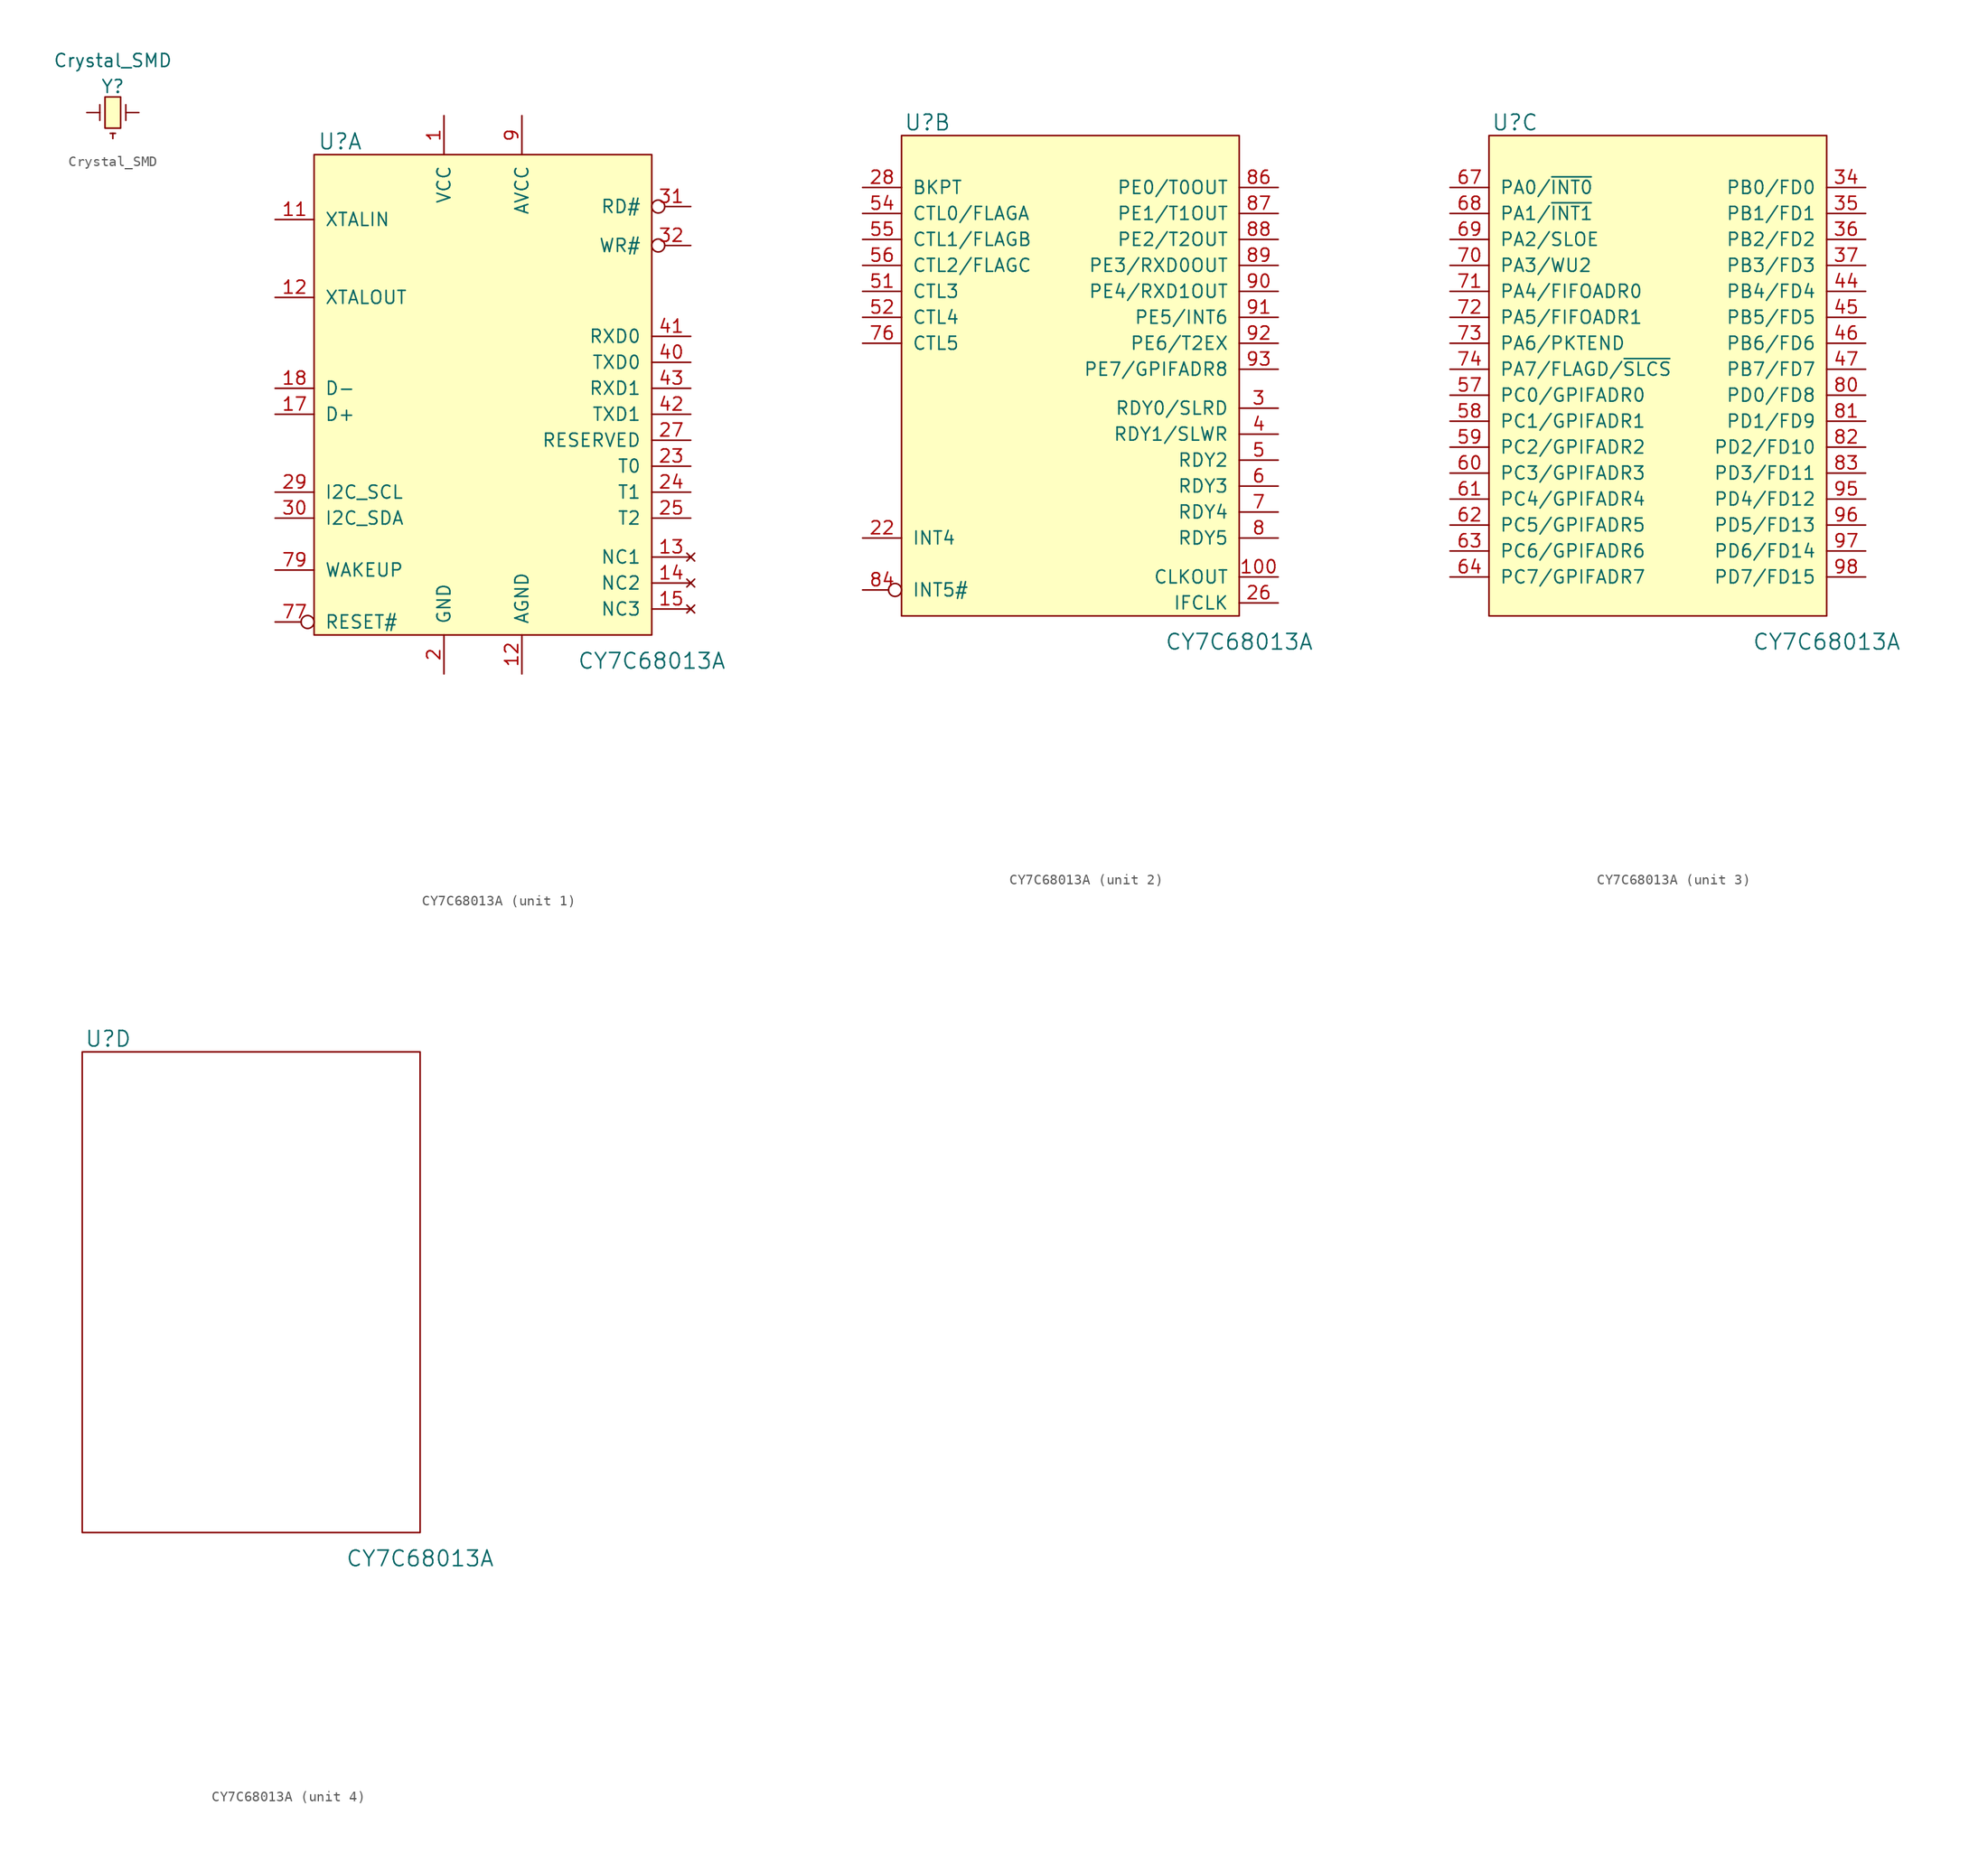
<source format=kicad_sym>
(kicad_symbol_lib
  (version 20231120)
  (generator "kicad_symbol_editor")
  (generator_version "8.0")
  (symbol "Crystal_SMD"
    (pin_numbers hide)
    (pin_names
      (offset 1.016) hide)
    (property "Reference" "Y"
      (at 0 2.54 0)
      (effects (font (size 1.27 1.27))))
    (property "Value" "Crystal_SMD"
      (at 0 5.08 0)
      (effects (font (size 1.27 1.27))))
    (property "Footprint" ""
      (at 0 0 0)
      (effects (font (size 1.27 1.27))))
    (property "Datasheet" ""
      (at 0 0 0)
      (effects (font (size 1.27 1.27))))
    (symbol "Crystal_SMD_0_1"
      (rectangle (start -0.762 -1.524) (end 0.762 1.524) (stroke (width 0) (type default)) (fill (type background)))
      (polyline (pts (xy -1.27 -0.762) (xy -1.27 0.762)) (stroke (width 0) (type default)) (fill (type none)))
      (polyline (pts (xy -0.254 -2.032) (xy 0.254 -2.032)) (stroke (width 0) (type default)) (fill (type none)))
      (polyline (pts (xy 1.27 -0.762) (xy 1.27 0.762)) (stroke (width 0) (type default)) (fill (type none))))
    (symbol "Crystal_SMD_1_1"
      (pin passive line (at -2.54 0 0) (length 1.27) (name "1" (effects (font (size 1.016 1.016)))) (number "1" (effects (font (size 1.016 1.016)))))
      (pin passive line (at 0 -2.54 90) (length 0.508) (name "2" (effects (font (size 1.016 1.016)))) (number "2" (effects (font (size 1.016 1.016)))))
      (pin passive line (at 2.54 0 180) (length 1.27) (name "3" (effects (font (size 1.016 1.016)))) (number "3" (effects (font (size 1.016 1.016)))))
      (pin passive line (at 0 -2.54 90) (length 0.508) hide (name "2" (effects (font (size 1.016 1.016)))) (number "4" (effects (font (size 1.016 1.016)))))))
  (symbol "CY7C68013A"
    (pin_names
      (offset 1.016))
    (property "Reference" "U"
      (at -13.97 25.4 0)
      (effects (font (size 1.524 1.524))))
    (property "Value" "CY7C68013A"
      (at 16.51 -25.4 0)
      (effects (font (size 1.524 1.524))))
    (property "Footprint" ""
      (at 0 -40.64 0)
      (effects (font (size 1.524 1.524))))
    (property "Datasheet" ""
      (at 0 -40.64 0)
      (effects (font (size 1.524 1.524))))
    (symbol "CY7C68013A_1_1"
      (rectangle (start 16.51 -22.86) (end -16.51 24.13) (stroke (width 0) (type default)) (fill (type background)))
      (pin power_in line (at -3.81 27.94 270) (length 3.81) (name "VCC" (effects (font (size 1.27 1.27)))) (number "1" (effects (font (size 1.27 1.27)))))
      (pin input line (at -20.32 17.78 0) (length 3.81) (name "XTALIN" (effects (font (size 1.27 1.27)))) (number "11" (effects (font (size 1.27 1.27)))))
      (pin power_in line (at 3.81 -26.67 90) (length 3.81) (name "AGND" (effects (font (size 1.27 1.27)))) (number "12" (effects (font (size 1.27 1.27)))))
      (pin output line (at -20.32 10.16 0) (length 3.81) (name "XTALOUT" (effects (font (size 1.27 1.27)))) (number "12" (effects (font (size 1.27 1.27)))))
      (pin no_connect line (at 20.32 -15.24 180) (length 3.81) (name "NC1" (effects (font (size 1.27 1.27)))) (number "13" (effects (font (size 1.27 1.27)))))
      (pin no_connect line (at 20.32 -17.78 180) (length 3.81) (name "NC2" (effects (font (size 1.27 1.27)))) (number "14" (effects (font (size 1.27 1.27)))))
      (pin no_connect line (at 20.32 -20.32 180) (length 3.81) (name "NC3" (effects (font (size 1.27 1.27)))) (number "15" (effects (font (size 1.27 1.27)))))
      (pin power_in line (at 3.81 27.94 270) (length 3.81) hide (name "AVCC" (effects (font (size 1.27 1.27)))) (number "16" (effects (font (size 1.27 1.27)))))
      (pin input line (at -20.32 -1.27 0) (length 3.81) (name "D+" (effects (font (size 1.27 1.27)))) (number "17" (effects (font (size 1.27 1.27)))))
      (pin input line (at -20.32 1.27 0) (length 3.81) (name "D-" (effects (font (size 1.27 1.27)))) (number "18" (effects (font (size 1.27 1.27)))))
      (pin power_in line (at 3.81 -26.67 90) (length 3.81) hide (name "AGND" (effects (font (size 1.27 1.27)))) (number "19" (effects (font (size 1.27 1.27)))))
      (pin power_in line (at -3.81 -26.67 90) (length 3.81) (name "GND" (effects (font (size 1.27 1.27)))) (number "2" (effects (font (size 1.27 1.27)))))
      (pin power_in line (at -3.81 27.94 270) (length 3.81) hide (name "VCC" (effects (font (size 1.27 1.27)))) (number "20" (effects (font (size 1.27 1.27)))))
      (pin power_in line (at -3.81 -26.67 90) (length 3.81) hide (name "GND" (effects (font (size 1.27 1.27)))) (number "21" (effects (font (size 1.27 1.27)))))
      (pin input line (at 20.32 -6.35 180) (length 3.81) (name "T0" (effects (font (size 1.27 1.27)))) (number "23" (effects (font (size 1.27 1.27)))))
      (pin input line (at 20.32 -8.89 180) (length 3.81) (name "T1" (effects (font (size 1.27 1.27)))) (number "24" (effects (font (size 1.27 1.27)))))
      (pin input line (at 20.32 -11.43 180) (length 3.81) (name "T2" (effects (font (size 1.27 1.27)))) (number "25" (effects (font (size 1.27 1.27)))))
      (pin input line (at 20.32 -3.81 180) (length 3.81) (name "RESERVED" (effects (font (size 1.27 1.27)))) (number "27" (effects (font (size 1.27 1.27)))))
      (pin open_collector line (at -20.32 -8.89 0) (length 3.81) (name "I2C_SCL" (effects (font (size 1.27 1.27)))) (number "29" (effects (font (size 1.27 1.27)))))
      (pin open_collector line (at -20.32 -11.43 0) (length 3.81) (name "I2C_SDA" (effects (font (size 1.27 1.27)))) (number "30" (effects (font (size 1.27 1.27)))))
      (pin output inverted (at 20.32 19.05 180) (length 3.81) (name "RD#" (effects (font (size 1.27 1.27)))) (number "31" (effects (font (size 1.27 1.27)))))
      (pin output inverted (at 20.32 15.24 180) (length 3.81) (name "WR#" (effects (font (size 1.27 1.27)))) (number "32" (effects (font (size 1.27 1.27)))))
      (pin power_in line (at -3.81 27.94 270) (length 3.81) hide (name "VCC" (effects (font (size 1.27 1.27)))) (number "33" (effects (font (size 1.27 1.27)))))
      (pin power_in line (at -3.81 27.94 270) (length 3.81) hide (name "VCC" (effects (font (size 1.27 1.27)))) (number "38" (effects (font (size 1.27 1.27)))))
      (pin power_in line (at -3.81 -26.67 90) (length 3.81) hide (name "GND" (effects (font (size 1.27 1.27)))) (number "39" (effects (font (size 1.27 1.27)))))
      (pin output line (at 20.32 3.81 180) (length 3.81) (name "TXD0" (effects (font (size 1.27 1.27)))) (number "40" (effects (font (size 1.27 1.27)))))
      (pin input line (at 20.32 6.35 180) (length 3.81) (name "RXD0" (effects (font (size 1.27 1.27)))) (number "41" (effects (font (size 1.27 1.27)))))
      (pin output line (at 20.32 -1.27 180) (length 3.81) (name "TXD1" (effects (font (size 1.27 1.27)))) (number "42" (effects (font (size 1.27 1.27)))))
      (pin input line (at 20.32 1.27 180) (length 3.81) (name "RXD1" (effects (font (size 1.27 1.27)))) (number "43" (effects (font (size 1.27 1.27)))))
      (pin power_in line (at -3.81 -26.67 90) (length 3.81) hide (name "GND" (effects (font (size 1.27 1.27)))) (number "48" (effects (font (size 1.27 1.27)))))
      (pin power_in line (at -3.81 27.94 270) (length 3.81) hide (name "VCC" (effects (font (size 1.27 1.27)))) (number "49" (effects (font (size 1.27 1.27)))))
      (pin power_in line (at -3.81 -26.67 90) (length 3.81) hide (name "GND" (effects (font (size 1.27 1.27)))) (number "50" (effects (font (size 1.27 1.27)))))
      (pin power_in line (at -3.81 27.94 270) (length 3.81) hide (name "VCC" (effects (font (size 1.27 1.27)))) (number "53" (effects (font (size 1.27 1.27)))))
      (pin power_in line (at -3.81 -26.67 90) (length 3.81) hide (name "GND" (effects (font (size 1.27 1.27)))) (number "65" (effects (font (size 1.27 1.27)))))
      (pin power_in line (at -3.81 27.94 270) (length 3.81) hide (name "VCC" (effects (font (size 1.27 1.27)))) (number "66" (effects (font (size 1.27 1.27)))))
      (pin power_in line (at -3.81 -26.67 90) (length 3.81) hide (name "GND" (effects (font (size 1.27 1.27)))) (number "75" (effects (font (size 1.27 1.27)))))
      (pin input inverted (at -20.32 -21.59 0) (length 3.81) (name "RESET#" (effects (font (size 1.27 1.27)))) (number "77" (effects (font (size 1.27 1.27)))))
      (pin power_in line (at -3.81 27.94 270) (length 3.81) hide (name "VCC" (effects (font (size 1.27 1.27)))) (number "78" (effects (font (size 1.27 1.27)))))
      (pin input line (at -20.32 -16.51 0) (length 3.81) (name "WAKEUP" (effects (font (size 1.27 1.27)))) (number "79" (effects (font (size 1.27 1.27)))))
      (pin power_in line (at -3.81 27.94 270) (length 3.81) hide (name "VCC" (effects (font (size 1.27 1.27)))) (number "85" (effects (font (size 1.27 1.27)))))
      (pin power_in line (at 3.81 27.94 270) (length 3.81) (name "AVCC" (effects (font (size 1.27 1.27)))) (number "9" (effects (font (size 1.27 1.27)))))
      (pin power_in line (at -3.81 -26.67 90) (length 3.81) hide (name "GND" (effects (font (size 1.27 1.27)))) (number "94" (effects (font (size 1.27 1.27)))))
      (pin power_in line (at -3.81 -26.67 90) (length 3.81) hide (name "GND" (effects (font (size 1.27 1.27)))) (number "99" (effects (font (size 1.27 1.27))))))
    (symbol "CY7C68013A_2_1"
      (rectangle (start 16.51 -22.86) (end -16.51 24.13) (stroke (width 0) (type default)) (fill (type background)))
      (pin output line (at 20.32 -19.05 180) (length 3.81) (name "CLKOUT" (effects (font (size 1.27 1.27)))) (number "100" (effects (font (size 1.27 1.27)))))
      (pin input line (at -20.32 -15.24 0) (length 3.81) (name "INT4" (effects (font (size 1.27 1.27)))) (number "22" (effects (font (size 1.27 1.27)))))
      (pin tri_state line (at 20.32 -21.59 180) (length 3.81) (name "IFCLK" (effects (font (size 1.27 1.27)))) (number "26" (effects (font (size 1.27 1.27)))))
      (pin output line (at -20.32 19.05 0) (length 3.81) (name "BKPT" (effects (font (size 1.27 1.27)))) (number "28" (effects (font (size 1.27 1.27)))))
      (pin input line (at 20.32 -2.54 180) (length 3.81) (name "RDY0/SLRD" (effects (font (size 1.27 1.27)))) (number "3" (effects (font (size 1.27 1.27)))))
      (pin input line (at 20.32 -5.08 180) (length 3.81) (name "RDY1/SLWR" (effects (font (size 1.27 1.27)))) (number "4" (effects (font (size 1.27 1.27)))))
      (pin input line (at 20.32 -7.62 180) (length 3.81) (name "RDY2" (effects (font (size 1.27 1.27)))) (number "5" (effects (font (size 1.27 1.27)))))
      (pin output line (at -20.32 8.89 0) (length 3.81) (name "CTL3" (effects (font (size 1.27 1.27)))) (number "51" (effects (font (size 1.27 1.27)))))
      (pin output line (at -20.32 6.35 0) (length 3.81) (name "CTL4" (effects (font (size 1.27 1.27)))) (number "52" (effects (font (size 1.27 1.27)))))
      (pin output line (at -20.32 16.51 0) (length 3.81) (name "CTL0/FLAGA" (effects (font (size 1.27 1.27)))) (number "54" (effects (font (size 1.27 1.27)))))
      (pin output line (at -20.32 13.97 0) (length 3.81) (name "CTL1/FLAGB" (effects (font (size 1.27 1.27)))) (number "55" (effects (font (size 1.27 1.27)))))
      (pin output line (at -20.32 11.43 0) (length 3.81) (name "CTL2/FLAGC" (effects (font (size 1.27 1.27)))) (number "56" (effects (font (size 1.27 1.27)))))
      (pin input line (at 20.32 -10.16 180) (length 3.81) (name "RDY3" (effects (font (size 1.27 1.27)))) (number "6" (effects (font (size 1.27 1.27)))))
      (pin input line (at 20.32 -12.7 180) (length 3.81) (name "RDY4" (effects (font (size 1.27 1.27)))) (number "7" (effects (font (size 1.27 1.27)))))
      (pin output line (at -20.32 3.81 0) (length 3.81) (name "CTL5" (effects (font (size 1.27 1.27)))) (number "76" (effects (font (size 1.27 1.27)))))
      (pin input line (at 20.32 -15.24 180) (length 3.81) (name "RDY5" (effects (font (size 1.27 1.27)))) (number "8" (effects (font (size 1.27 1.27)))))
      (pin input inverted (at -20.32 -20.32 0) (length 3.81) (name "INT5#" (effects (font (size 1.27 1.27)))) (number "84" (effects (font (size 1.27 1.27)))))
      (pin tri_state line (at 20.32 19.05 180) (length 3.81) (name "PE0/T0OUT" (effects (font (size 1.27 1.27)))) (number "86" (effects (font (size 1.27 1.27)))))
      (pin tri_state line (at 20.32 16.51 180) (length 3.81) (name "PE1/T1OUT" (effects (font (size 1.27 1.27)))) (number "87" (effects (font (size 1.27 1.27)))))
      (pin tri_state line (at 20.32 13.97 180) (length 3.81) (name "PE2/T2OUT" (effects (font (size 1.27 1.27)))) (number "88" (effects (font (size 1.27 1.27)))))
      (pin tri_state line (at 20.32 11.43 180) (length 3.81) (name "PE3/RXD0OUT" (effects (font (size 1.27 1.27)))) (number "89" (effects (font (size 1.27 1.27)))))
      (pin tri_state line (at 20.32 8.89 180) (length 3.81) (name "PE4/RXD1OUT" (effects (font (size 1.27 1.27)))) (number "90" (effects (font (size 1.27 1.27)))))
      (pin tri_state line (at 20.32 6.35 180) (length 3.81) (name "PE5/INT6" (effects (font (size 1.27 1.27)))) (number "91" (effects (font (size 1.27 1.27)))))
      (pin tri_state line (at 20.32 3.81 180) (length 3.81) (name "PE6/T2EX" (effects (font (size 1.27 1.27)))) (number "92" (effects (font (size 1.27 1.27)))))
      (pin tri_state line (at 20.32 1.27 180) (length 3.81) (name "PE7/GPIFADR8" (effects (font (size 1.27 1.27)))) (number "93" (effects (font (size 1.27 1.27))))))
    (symbol "CY7C68013A_3_1"
      (rectangle (start 16.51 -22.86) (end -16.51 24.13) (stroke (width 0) (type default)) (fill (type background)))
      (pin tri_state line (at 20.32 19.05 180) (length 3.81) (name "PB0/FD0" (effects (font (size 1.27 1.27)))) (number "34" (effects (font (size 1.27 1.27)))))
      (pin tri_state line (at 20.32 16.51 180) (length 3.81) (name "PB1/FD1" (effects (font (size 1.27 1.27)))) (number "35" (effects (font (size 1.27 1.27)))))
      (pin tri_state line (at 20.32 13.97 180) (length 3.81) (name "PB2/FD2" (effects (font (size 1.27 1.27)))) (number "36" (effects (font (size 1.27 1.27)))))
      (pin tri_state line (at 20.32 11.43 180) (length 3.81) (name "PB3/FD3" (effects (font (size 1.27 1.27)))) (number "37" (effects (font (size 1.27 1.27)))))
      (pin tri_state line (at 20.32 8.89 180) (length 3.81) (name "PB4/FD4" (effects (font (size 1.27 1.27)))) (number "44" (effects (font (size 1.27 1.27)))))
      (pin tri_state line (at 20.32 6.35 180) (length 3.81) (name "PB5/FD5" (effects (font (size 1.27 1.27)))) (number "45" (effects (font (size 1.27 1.27)))))
      (pin tri_state line (at 20.32 3.81 180) (length 3.81) (name "PB6/FD6" (effects (font (size 1.27 1.27)))) (number "46" (effects (font (size 1.27 1.27)))))
      (pin tri_state line (at 20.32 1.27 180) (length 3.81) (name "PB7/FD7" (effects (font (size 1.27 1.27)))) (number "47" (effects (font (size 1.27 1.27)))))
      (pin tri_state line (at -20.32 -1.27 0) (length 3.81) (name "PC0/GPIFADR0" (effects (font (size 1.27 1.27)))) (number "57" (effects (font (size 1.27 1.27)))))
      (pin tri_state line (at -20.32 -3.81 0) (length 3.81) (name "PC1/GPIFADR1" (effects (font (size 1.27 1.27)))) (number "58" (effects (font (size 1.27 1.27)))))
      (pin tri_state line (at -20.32 -6.35 0) (length 3.81) (name "PC2/GPIFADR2" (effects (font (size 1.27 1.27)))) (number "59" (effects (font (size 1.27 1.27)))))
      (pin tri_state line (at -20.32 -8.89 0) (length 3.81) (name "PC3/GPIFADR3" (effects (font (size 1.27 1.27)))) (number "60" (effects (font (size 1.27 1.27)))))
      (pin tri_state line (at -20.32 -11.43 0) (length 3.81) (name "PC4/GPIFADR4" (effects (font (size 1.27 1.27)))) (number "61" (effects (font (size 1.27 1.27)))))
      (pin tri_state line (at -20.32 -13.97 0) (length 3.81) (name "PC5/GPIFADR5" (effects (font (size 1.27 1.27)))) (number "62" (effects (font (size 1.27 1.27)))))
      (pin tri_state line (at -20.32 -16.51 0) (length 3.81) (name "PC6/GPIFADR6" (effects (font (size 1.27 1.27)))) (number "63" (effects (font (size 1.27 1.27)))))
      (pin tri_state line (at -20.32 -19.05 0) (length 3.81) (name "PC7/GPIFADR7" (effects (font (size 1.27 1.27)))) (number "64" (effects (font (size 1.27 1.27)))))
      (pin tri_state line (at -20.32 19.05 0) (length 3.81) (name "PA0/~{INT0}" (effects (font (size 1.27 1.27)))) (number "67" (effects (font (size 1.27 1.27)))))
      (pin tri_state line (at -20.32 16.51 0) (length 3.81) (name "PA1/~{INT1}" (effects (font (size 1.27 1.27)))) (number "68" (effects (font (size 1.27 1.27)))))
      (pin tri_state line (at -20.32 13.97 0) (length 3.81) (name "PA2/SLOE" (effects (font (size 1.27 1.27)))) (number "69" (effects (font (size 1.27 1.27)))))
      (pin tri_state line (at -20.32 11.43 0) (length 3.81) (name "PA3/WU2" (effects (font (size 1.27 1.27)))) (number "70" (effects (font (size 1.27 1.27)))))
      (pin tri_state line (at -20.32 8.89 0) (length 3.81) (name "PA4/FIFOADR0" (effects (font (size 1.27 1.27)))) (number "71" (effects (font (size 1.27 1.27)))))
      (pin tri_state line (at -20.32 6.35 0) (length 3.81) (name "PA5/FIFOADR1" (effects (font (size 1.27 1.27)))) (number "72" (effects (font (size 1.27 1.27)))))
      (pin tri_state line (at -20.32 3.81 0) (length 3.81) (name "PA6/PKTEND" (effects (font (size 1.27 1.27)))) (number "73" (effects (font (size 1.27 1.27)))))
      (pin tri_state line (at -20.32 1.27 0) (length 3.81) (name "PA7/FLAGD/~{SLCS}" (effects (font (size 1.27 1.27)))) (number "74" (effects (font (size 1.27 1.27)))))
      (pin tri_state line (at 20.32 -1.27 180) (length 3.81) (name "PD0/FD8" (effects (font (size 1.27 1.27)))) (number "80" (effects (font (size 1.27 1.27)))))
      (pin tri_state line (at 20.32 -3.81 180) (length 3.81) (name "PD1/FD9" (effects (font (size 1.27 1.27)))) (number "81" (effects (font (size 1.27 1.27)))))
      (pin tri_state line (at 20.32 -6.35 180) (length 3.81) (name "PD2/FD10" (effects (font (size 1.27 1.27)))) (number "82" (effects (font (size 1.27 1.27)))))
      (pin tri_state line (at 20.32 -8.89 180) (length 3.81) (name "PD3/FD11" (effects (font (size 1.27 1.27)))) (number "83" (effects (font (size 1.27 1.27)))))
      (pin tri_state line (at 20.32 -11.43 180) (length 3.81) (name "PD4/FD12" (effects (font (size 1.27 1.27)))) (number "95" (effects (font (size 1.27 1.27)))))
      (pin tri_state line (at 20.32 -13.97 180) (length 3.81) (name "PD5/FD13" (effects (font (size 1.27 1.27)))) (number "96" (effects (font (size 1.27 1.27)))))
      (pin tri_state line (at 20.32 -16.51 180) (length 3.81) (name "PD6/FD14" (effects (font (size 1.27 1.27)))) (number "97" (effects (font (size 1.27 1.27)))))
      (pin tri_state line (at 20.32 -19.05 180) (length 3.81) (name "PD7/FD15" (effects (font (size 1.27 1.27)))) (number "98" (effects (font (size 1.27 1.27))))))
    (symbol "CY7C68013A_4_1"
      (rectangle (start 16.51 -22.86) (end -16.51 24.13) (stroke (width 0) (type default)) (fill (type none))))))
</source>
